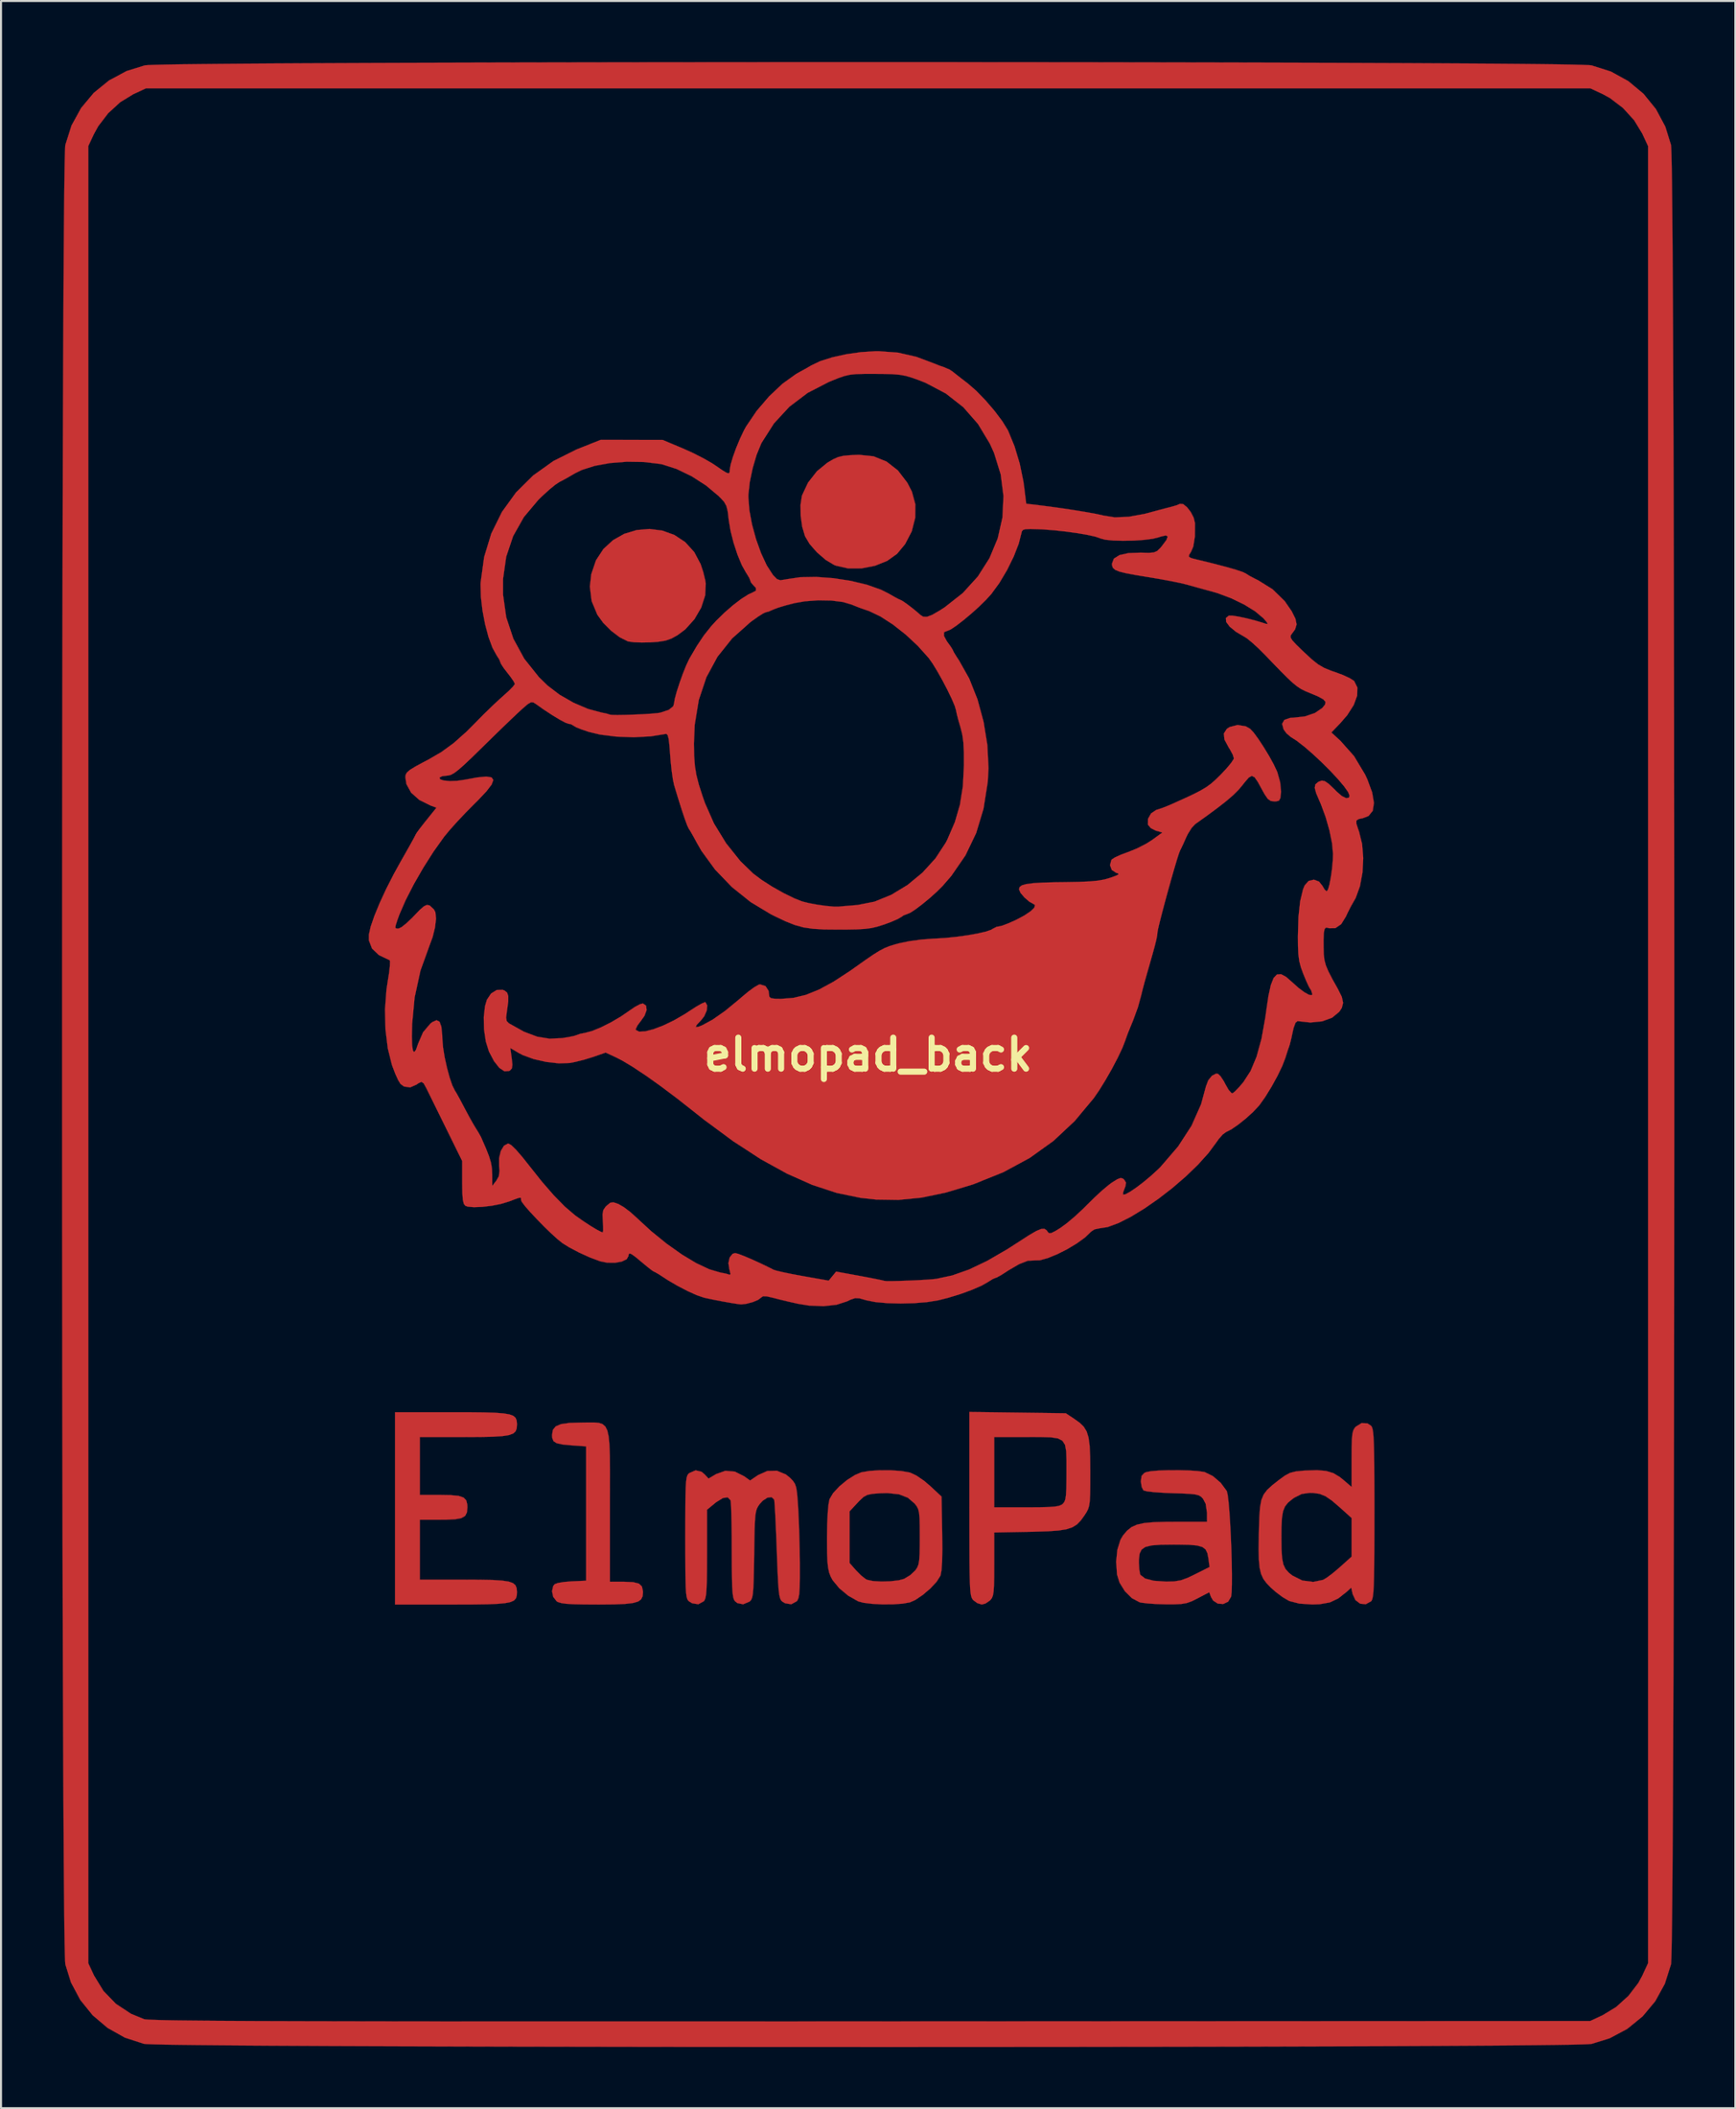
<source format=kicad_pcb>
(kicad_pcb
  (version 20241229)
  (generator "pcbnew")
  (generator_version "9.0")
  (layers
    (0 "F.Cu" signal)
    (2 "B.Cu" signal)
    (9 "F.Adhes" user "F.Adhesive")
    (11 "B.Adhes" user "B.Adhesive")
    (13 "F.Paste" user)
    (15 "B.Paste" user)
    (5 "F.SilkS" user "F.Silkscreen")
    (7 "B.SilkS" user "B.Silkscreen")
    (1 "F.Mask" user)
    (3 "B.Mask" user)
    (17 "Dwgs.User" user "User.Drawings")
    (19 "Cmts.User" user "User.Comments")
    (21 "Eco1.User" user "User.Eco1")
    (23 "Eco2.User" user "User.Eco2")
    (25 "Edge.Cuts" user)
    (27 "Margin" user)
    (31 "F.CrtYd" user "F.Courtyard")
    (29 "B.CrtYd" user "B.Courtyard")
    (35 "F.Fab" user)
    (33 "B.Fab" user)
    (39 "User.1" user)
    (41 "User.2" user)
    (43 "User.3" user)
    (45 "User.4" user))
  (footprint "elmopad_back"
    (layer "F.Cu")
    (at 39.643 48.787)
    (property "Reference" "elmopad_back" (at 0 0 0) (layer "F.SilkS") (effects (font (size 1.524 1.524) (thickness 0.3))))
    (attr through_hole)
    (fp_poly (pts (xy 0.263 -29.409) (xy 0.903 -29.15) (xy 1.461 -28.715) (xy 1.924 -28.111) (xy 2.149 -27.675) (xy 2.318 -27.052) (xy 2.312 -26.386) (xy 2.141 -25.718) (xy 1.815 -25.091) (xy 1.421 -24.617) (xy 0.937 -24.271) (xy 0.334 -24.029) (xy -0.328 -23.901) (xy -0.987 -23.9) (xy -1.584 -24.034) (xy -1.68 -24.073) (xy -2.098 -24.325) (xy -2.518 -24.688) (xy -2.877 -25.097) (xy -3.105 -25.481) (xy -3.244 -25.947) (xy -3.319 -26.49) (xy -3.326 -27.023) (xy -3.259 -27.463) (xy -3.25 -27.492) (xy -2.955 -28.117) (xy -2.519 -28.675) (xy -2.012 -29.09) (xy -1.726 -29.259) (xy -1.487 -29.367) (xy -1.231 -29.43) (xy -0.896 -29.463) (xy -0.446 -29.482) (xy 0.263 -29.409)) (stroke (width 0.01) (type solid)) (fill yes) (layer "F.Cu"))
    (fp_poly (pts (xy -10.128 -25.758) (xy -9.534 -25.545) (xy -9 -25.193) (xy -8.554 -24.702) (xy -8.242 -24.116) (xy -8.112 -23.723) (xy -8.014 -23.321) (xy -7.988 -23.159) (xy -8.016 -22.577) (xy -8.21 -21.975) (xy -8.544 -21.402) (xy -8.992 -20.904) (xy -9.378 -20.616) (xy -9.677 -20.451) (xy -9.965 -20.35) (xy -10.316 -20.293) (xy -10.704 -20.265) (xy -11.134 -20.256) (xy -11.52 -20.271) (xy -11.788 -20.307) (xy -11.82 -20.316) (xy -12.215 -20.512) (xy -12.639 -20.834) (xy -13.029 -21.224) (xy -13.317 -21.621) (xy -13.599 -22.296) (xy -13.685 -23.006) (xy -13.615 -23.619) (xy -13.385 -24.296) (xy -13.019 -24.853) (xy -12.545 -25.289) (xy -11.991 -25.6) (xy -11.384 -25.783) (xy -10.754 -25.837) (xy -10.128 -25.758)) (stroke (width 0.01) (type solid)) (fill yes) (layer "F.Cu"))
    (fp_poly (pts (xy -13.237 18.101) (xy -13.058 18.162) (xy -12.924 18.281) (xy -12.827 18.477) (xy -12.763 18.768) (xy -12.724 19.173) (xy -12.704 19.708) (xy -12.698 20.393) (xy -12.699 21.247) (xy -12.7 22.2) (xy -12.7 25.908) (xy -12.009 25.908) (xy -11.559 25.928) (xy -11.276 25.999) (xy -11.126 26.141) (xy -11.076 26.373) (xy -11.074 26.431) (xy -11.093 26.626) (xy -11.167 26.774) (xy -11.318 26.881) (xy -11.572 26.953) (xy -11.954 26.997) (xy -12.486 27.019) (xy -13.194 27.026) (xy -13.31 27.026) (xy -13.985 27.022) (xy -14.487 27.011) (xy -14.846 26.99) (xy -15.089 26.956) (xy -15.249 26.907) (xy -15.319 26.867) (xy -15.487 26.652) (xy -15.546 26.372) (xy -15.486 26.115) (xy -15.414 26.027) (xy -15.251 25.968) (xy -14.95 25.918) (xy -14.576 25.888) (xy -14.575 25.888) (xy -13.868 25.857) (xy -13.868 19.253) (xy -14.58 19.202) (xy -15.032 19.16) (xy -15.318 19.097) (xy -15.474 18.996) (xy -15.537 18.835) (xy -15.545 18.694) (xy -15.505 18.446) (xy -15.367 18.272) (xy -15.105 18.161) (xy -14.695 18.102) (xy -14.11 18.085) (xy -14.1 18.085) (xy -13.751 18.08) (xy -13.466 18.08) (xy -13.237 18.101)) (stroke (width 0.01) (type solid)) (fill yes) (layer "F.Cu"))
    (fp_poly (pts (xy -19.601 17.578) (xy -18.889 17.586) (xy -18.339 17.604) (xy -17.93 17.635) (xy -17.641 17.684) (xy -17.451 17.754) (xy -17.341 17.851) (xy -17.288 17.976) (xy -17.272 18.135) (xy -17.272 18.186) (xy -17.285 18.373) (xy -17.341 18.517) (xy -17.461 18.624) (xy -17.67 18.7) (xy -17.989 18.75) (xy -18.441 18.779) (xy -19.049 18.792) (xy -19.837 18.796) (xy -19.885 18.796) (xy -22.047 18.796) (xy -22.047 21.641) (xy -21.075 21.641) (xy -20.521 21.651) (xy -20.138 21.689) (xy -19.897 21.77) (xy -19.766 21.907) (xy -19.715 22.113) (xy -19.71 22.25) (xy -19.732 22.498) (xy -19.818 22.669) (xy -19.999 22.777) (xy -20.306 22.835) (xy -20.769 22.858) (xy -21.075 22.86) (xy -22.047 22.86) (xy -22.047 25.806) (xy -19.885 25.806) (xy -19.087 25.81) (xy -18.47 25.822) (xy -18.01 25.851) (xy -17.684 25.899) (xy -17.47 25.974) (xy -17.346 26.079) (xy -17.287 26.221) (xy -17.272 26.405) (xy -17.272 26.416) (xy -17.281 26.585) (xy -17.321 26.72) (xy -17.413 26.824) (xy -17.579 26.901) (xy -17.838 26.956) (xy -18.211 26.992) (xy -18.719 27.013) (xy -19.384 27.023) (xy -20.225 27.026) (xy -20.495 27.026) (xy -23.266 27.026) (xy -23.266 17.577) (xy -20.495 17.577) (xy -19.601 17.578)) (stroke (width 0.01) (type solid)) (fill yes) (layer "F.Cu"))
    (fp_poly (pts (xy 7.348 17.595) (xy 9.718 17.628) (xy 10.14 17.907) (xy 10.405 18.097) (xy 10.603 18.291) (xy 10.743 18.52) (xy 10.836 18.818) (xy 10.89 19.216) (xy 10.915 19.749) (xy 10.922 20.449) (xy 10.922 20.531) (xy 10.921 21.152) (xy 10.915 21.607) (xy 10.899 21.931) (xy 10.868 22.16) (xy 10.818 22.331) (xy 10.743 22.48) (xy 10.643 22.636) (xy 10.457 22.895) (xy 10.268 23.09) (xy 10.042 23.231) (xy 9.749 23.328) (xy 9.357 23.39) (xy 8.833 23.427) (xy 8.145 23.448) (xy 7.95 23.452) (xy 6.198 23.486) (xy 6.198 25.053) (xy 6.196 25.656) (xy 6.187 26.089) (xy 6.168 26.388) (xy 6.134 26.584) (xy 6.082 26.714) (xy 6.007 26.809) (xy 5.994 26.822) (xy 5.773 26.975) (xy 5.588 27.026) (xy 5.367 26.957) (xy 5.182 26.822) (xy 5.133 26.768) (xy 5.093 26.698) (xy 5.061 26.593) (xy 5.035 26.437) (xy 5.015 26.209) (xy 5.001 25.892) (xy 4.991 25.468) (xy 4.984 24.917) (xy 4.981 24.222) (xy 4.979 23.365) (xy 4.978 22.327) (xy 4.978 22.091) (xy 4.978 18.796) (xy 6.198 18.796) (xy 6.198 22.25) (xy 7.79 22.25) (xy 8.413 22.247) (xy 8.865 22.236) (xy 9.177 22.214) (xy 9.383 22.177) (xy 9.513 22.123) (xy 9.568 22.082) (xy 9.644 21.991) (xy 9.696 21.855) (xy 9.729 21.638) (xy 9.746 21.306) (xy 9.753 20.822) (xy 9.754 20.541) (xy 9.754 19.937) (xy 9.739 19.491) (xy 9.681 19.179) (xy 9.553 18.977) (xy 9.33 18.862) (xy 8.984 18.809) (xy 8.488 18.795) (xy 7.816 18.796) (xy 7.807 18.796) (xy 6.198 18.796) (xy 4.978 18.796) (xy 4.978 17.563) (xy 7.348 17.595)) (stroke (width 0.01) (type solid)) (fill yes) (layer "F.Cu"))
    (fp_poly (pts (xy 1.121 20.431) (xy 1.636 20.467) (xy 2.035 20.537) (xy 2.064 20.545) (xy 2.377 20.692) (xy 2.752 20.949) (xy 3.041 21.194) (xy 3.607 21.721) (xy 3.639 23.523) (xy 3.646 24.319) (xy 3.635 24.923) (xy 3.606 25.345) (xy 3.558 25.597) (xy 3.549 25.619) (xy 3.363 25.91) (xy 3.056 26.239) (xy 2.687 26.554) (xy 2.318 26.802) (xy 2.049 26.921) (xy 1.69 26.984) (xy 1.219 27.016) (xy 0.701 27.019) (xy 0.198 26.993) (xy -0.226 26.941) (xy -0.492 26.87) (xy -0.979 26.594) (xy -1.418 26.229) (xy -1.747 25.83) (xy -1.84 25.66) (xy -1.916 25.461) (xy -1.968 25.226) (xy -2.002 24.918) (xy -2.019 24.496) (xy -2.024 23.921) (xy -2.024 23.724) (xy -2.014 23.081) (xy -1.988 22.531) (xy -1.981 22.446) (xy -0.914 22.446) (xy -0.914 24.987) (xy -0.59 25.356) (xy -0.352 25.596) (xy -0.13 25.771) (xy -0.056 25.811) (xy 0.237 25.874) (xy 0.648 25.898) (xy 1.099 25.885) (xy 1.507 25.837) (xy 1.764 25.768) (xy 2.068 25.585) (xy 2.32 25.348) (xy 2.41 25.216) (xy 2.472 25.066) (xy 2.51 24.858) (xy 2.531 24.552) (xy 2.539 24.109) (xy 2.54 23.718) (xy 2.538 23.167) (xy 2.528 22.78) (xy 2.504 22.517) (xy 2.46 22.336) (xy 2.39 22.199) (xy 2.286 22.066) (xy 2.283 22.062) (xy 1.95 21.777) (xy 1.517 21.609) (xy 0.95 21.549) (xy 0.589 21.558) (xy 0.207 21.586) (xy -0.043 21.638) (xy -0.232 21.742) (xy -0.432 21.929) (xy -0.519 22.022) (xy -0.914 22.446) (xy -1.981 22.446) (xy -1.95 22.11) (xy -1.901 21.854) (xy -1.899 21.849) (xy -1.723 21.551) (xy -1.417 21.222) (xy -1.037 20.907) (xy -0.64 20.657) (xy -0.333 20.529) (xy 0.059 20.462) (xy 0.57 20.429) (xy 1.121 20.431)) (stroke (width 0.01) (type solid)) (fill yes) (layer "F.Cu"))
    (fp_poly (pts (xy 24.551 18.123) (xy 24.732 18.244) (xy 24.772 18.304) (xy 24.805 18.408) (xy 24.832 18.575) (xy 24.852 18.823) (xy 24.868 19.171) (xy 24.879 19.637) (xy 24.886 20.24) (xy 24.89 20.999) (xy 24.892 21.932) (xy 24.892 22.555) (xy 24.891 23.596) (xy 24.889 24.453) (xy 24.883 25.144) (xy 24.874 25.686) (xy 24.862 26.1) (xy 24.844 26.404) (xy 24.821 26.615) (xy 24.792 26.753) (xy 24.756 26.836) (xy 24.732 26.866) (xy 24.47 27.011) (xy 24.196 26.985) (xy 23.962 26.808) (xy 23.824 26.51) (xy 23.755 26.196) (xy 23.536 26.397) (xy 23.116 26.729) (xy 22.698 26.924) (xy 22.206 27.011) (xy 21.844 27.023) (xy 21.204 26.981) (xy 20.725 26.858) (xy 20.676 26.836) (xy 20.378 26.661) (xy 20.032 26.401) (xy 19.795 26.19) (xy 19.586 25.972) (xy 19.43 25.76) (xy 19.321 25.519) (xy 19.251 25.218) (xy 19.214 24.824) (xy 19.203 24.303) (xy 19.211 23.724) (xy 20.32 23.724) (xy 20.327 24.317) (xy 20.355 24.748) (xy 20.416 25.055) (xy 20.522 25.28) (xy 20.683 25.462) (xy 20.861 25.604) (xy 21.349 25.847) (xy 21.883 25.916) (xy 22.371 25.816) (xy 22.559 25.704) (xy 22.839 25.495) (xy 23.152 25.232) (xy 23.19 25.198) (xy 23.774 24.673) (xy 23.774 22.775) (xy 23.19 22.249) (xy 22.797 21.914) (xy 22.486 21.702) (xy 22.199 21.587) (xy 21.882 21.543) (xy 21.705 21.539) (xy 21.32 21.593) (xy 20.954 21.777) (xy 20.861 21.843) (xy 20.646 22.02) (xy 20.497 22.207) (xy 20.401 22.445) (xy 20.347 22.774) (xy 20.324 23.234) (xy 20.32 23.724) (xy 19.211 23.724) (xy 19.212 23.623) (xy 19.218 23.354) (xy 19.238 22.719) (xy 19.272 22.247) (xy 19.336 21.896) (xy 19.446 21.626) (xy 19.62 21.395) (xy 19.872 21.163) (xy 20.179 20.921) (xy 20.49 20.694) (xy 20.741 20.559) (xy 21.016 20.488) (xy 21.396 20.45) (xy 21.484 20.444) (xy 22.075 20.425) (xy 22.521 20.463) (xy 22.877 20.571) (xy 23.196 20.763) (xy 23.351 20.888) (xy 23.774 21.25) (xy 23.774 19.871) (xy 23.777 19.308) (xy 23.788 18.912) (xy 23.812 18.645) (xy 23.855 18.471) (xy 23.919 18.354) (xy 23.978 18.288) (xy 24.263 18.111) (xy 24.551 18.123)) (stroke (width 0.01) (type solid)) (fill yes) (layer "F.Cu"))
    (fp_poly (pts (xy 15.775 20.439) (xy 16.205 20.467) (xy 16.51 20.51) (xy 16.554 20.521) (xy 16.954 20.718) (xy 17.336 21.045) (xy 17.626 21.437) (xy 17.636 21.456) (xy 17.678 21.633) (xy 17.721 21.977) (xy 17.762 22.452) (xy 17.799 23.022) (xy 17.832 23.652) (xy 17.858 24.304) (xy 17.877 24.943) (xy 17.887 25.532) (xy 17.886 26.036) (xy 17.873 26.419) (xy 17.846 26.645) (xy 17.846 26.645) (xy 17.701 26.887) (xy 17.463 27) (xy 17.196 26.982) (xy 16.964 26.831) (xy 16.864 26.665) (xy 16.772 26.423) (xy 16.199 26.724) (xy 15.91 26.867) (xy 15.662 26.955) (xy 15.389 27.001) (xy 15.028 27.017) (xy 14.645 27.016) (xy 14.18 27.003) (xy 13.757 26.974) (xy 13.441 26.936) (xy 13.347 26.915) (xy 12.969 26.715) (xy 12.625 26.373) (xy 12.362 25.95) (xy 12.237 25.55) (xy 12.199 24.968) (xy 13.311 24.968) (xy 13.328 25.281) (xy 13.367 25.515) (xy 13.39 25.573) (xy 13.621 25.751) (xy 14.042 25.86) (xy 14.654 25.902) (xy 14.658 25.902) (xy 15.054 25.891) (xy 15.374 25.837) (xy 15.706 25.718) (xy 16.068 25.545) (xy 16.789 25.182) (xy 16.732 24.761) (xy 16.683 24.505) (xy 16.595 24.322) (xy 16.437 24.2) (xy 16.179 24.127) (xy 15.789 24.091) (xy 15.236 24.08) (xy 15.017 24.079) (xy 14.389 24.087) (xy 13.936 24.122) (xy 13.63 24.197) (xy 13.443 24.328) (xy 13.347 24.528) (xy 13.313 24.814) (xy 13.311 24.968) (xy 12.199 24.968) (xy 12.195 24.919) (xy 12.255 24.332) (xy 12.407 23.845) (xy 12.535 23.629) (xy 12.735 23.396) (xy 12.951 23.223) (xy 13.217 23.103) (xy 13.565 23.025) (xy 14.031 22.982) (xy 14.646 22.964) (xy 15.078 22.962) (xy 16.662 22.962) (xy 16.662 22.516) (xy 16.598 22.077) (xy 16.468 21.83) (xy 16.376 21.731) (xy 16.262 21.662) (xy 16.089 21.616) (xy 15.819 21.587) (xy 15.414 21.568) (xy 14.97 21.554) (xy 14.467 21.533) (xy 14.034 21.501) (xy 13.712 21.462) (xy 13.546 21.42) (xy 13.538 21.415) (xy 13.451 21.249) (xy 13.411 20.986) (xy 13.411 20.965) (xy 13.445 20.705) (xy 13.578 20.563) (xy 13.672 20.521) (xy 13.905 20.475) (xy 14.286 20.443) (xy 14.761 20.427) (xy 15.276 20.426) (xy 15.775 20.439)) (stroke (width 0.01) (type solid)) (fill yes) (layer "F.Cu"))
    (fp_poly (pts (xy -8.198 20.5) (xy -8.044 20.629) (xy -7.85 20.837) (xy -7.477 20.617) (xy -7.022 20.455) (xy -6.555 20.495) (xy -6.102 20.722) (xy -5.806 20.933) (xy -5.417 20.668) (xy -4.957 20.463) (xy -4.488 20.452) (xy -4.046 20.635) (xy -3.828 20.814) (xy -3.694 20.957) (xy -3.602 21.097) (xy -3.54 21.277) (xy -3.499 21.54) (xy -3.466 21.932) (xy -3.441 22.324) (xy -3.414 22.882) (xy -3.39 23.565) (xy -3.371 24.293) (xy -3.361 24.986) (xy -3.361 25.113) (xy -3.361 25.738) (xy -3.37 26.191) (xy -3.391 26.503) (xy -3.427 26.704) (xy -3.48 26.826) (xy -3.512 26.866) (xy -3.782 27.013) (xy -4.085 26.964) (xy -4.217 26.885) (xy -4.279 26.825) (xy -4.328 26.728) (xy -4.367 26.568) (xy -4.399 26.321) (xy -4.426 25.961) (xy -4.451 25.462) (xy -4.478 24.799) (xy -4.493 24.371) (xy -4.519 23.692) (xy -4.546 23.077) (xy -4.571 22.558) (xy -4.594 22.164) (xy -4.614 21.925) (xy -4.622 21.869) (xy -4.748 21.75) (xy -4.952 21.773) (xy -5.186 21.925) (xy -5.323 22.074) (xy -5.407 22.19) (xy -5.47 22.308) (xy -5.516 22.457) (xy -5.549 22.666) (xy -5.571 22.965) (xy -5.587 23.384) (xy -5.598 23.951) (xy -5.607 24.572) (xy -5.619 25.292) (xy -5.632 25.836) (xy -5.649 26.231) (xy -5.672 26.504) (xy -5.705 26.682) (xy -5.75 26.792) (xy -5.81 26.861) (xy -5.836 26.882) (xy -6.148 27.015) (xy -6.435 26.954) (xy -6.546 26.866) (xy -6.598 26.788) (xy -6.638 26.655) (xy -6.667 26.441) (xy -6.687 26.123) (xy -6.698 25.674) (xy -6.704 25.069) (xy -6.706 24.385) (xy -6.708 23.711) (xy -6.716 23.1) (xy -6.727 22.582) (xy -6.741 22.19) (xy -6.758 21.954) (xy -6.767 21.903) (xy -6.906 21.76) (xy -7.143 21.792) (xy -7.475 21.998) (xy -7.546 22.055) (xy -7.925 22.367) (xy -7.925 24.537) (xy -7.927 25.273) (xy -7.934 25.832) (xy -7.948 26.241) (xy -7.971 26.524) (xy -8.004 26.709) (xy -8.05 26.822) (xy -8.084 26.866) (xy -8.353 27.013) (xy -8.657 26.964) (xy -8.794 26.881) (xy -8.851 26.831) (xy -8.895 26.757) (xy -8.929 26.636) (xy -8.954 26.446) (xy -8.972 26.165) (xy -8.982 25.769) (xy -8.988 25.237) (xy -8.991 24.546) (xy -8.992 23.724) (xy -8.991 22.861) (xy -8.988 22.178) (xy -8.982 21.654) (xy -8.971 21.265) (xy -8.953 20.989) (xy -8.928 20.803) (xy -8.893 20.686) (xy -8.848 20.613) (xy -8.794 20.566) (xy -8.485 20.432) (xy -8.198 20.5)) (stroke (width 0.01) (type solid)) (fill yes) (layer "F.Cu"))
    (fp_poly (pts (xy 1.35 -48.782) (xy 3.69 -48.781) (xy 6.016 -48.78) (xy 8.319 -48.778) (xy 10.589 -48.776) (xy 12.818 -48.772) (xy 14.996 -48.768) (xy 17.114 -48.764) (xy 19.164 -48.759) (xy 21.136 -48.753) (xy 23.022 -48.747) (xy 24.811 -48.739) (xy 26.496 -48.732) (xy 28.067 -48.723) (xy 29.514 -48.714) (xy 30.83 -48.705) (xy 32.005 -48.695) (xy 33.029 -48.684) (xy 33.894 -48.672) (xy 34.591 -48.66) (xy 35.11 -48.647) (xy 35.443 -48.634) (xy 35.572 -48.622) (xy 36.524 -48.32) (xy 37.381 -47.849) (xy 38.127 -47.227) (xy 38.739 -46.474) (xy 39.201 -45.61) (xy 39.478 -44.716) (xy 39.49 -44.556) (xy 39.502 -44.201) (xy 39.514 -43.658) (xy 39.525 -42.937) (xy 39.535 -42.044) (xy 39.545 -40.989) (xy 39.555 -39.778) (xy 39.563 -38.421) (xy 39.572 -36.925) (xy 39.58 -35.298) (xy 39.587 -33.548) (xy 39.594 -31.684) (xy 39.601 -29.713) (xy 39.607 -27.643) (xy 39.612 -25.483) (xy 39.617 -23.24) (xy 39.621 -20.923) (xy 39.625 -18.539) (xy 39.629 -16.097) (xy 39.631 -13.605) (xy 39.634 -11.07) (xy 39.636 -8.501) (xy 39.637 -5.906) (xy 39.638 -3.293) (xy 39.638 -0.67) (xy 39.638 1.955) (xy 39.638 4.575) (xy 39.636 7.18) (xy 39.635 9.763) (xy 39.633 12.316) (xy 39.63 14.831) (xy 39.627 17.3) (xy 39.623 19.714) (xy 39.619 22.066) (xy 39.614 24.348) (xy 39.609 26.551) (xy 39.604 28.668) (xy 39.598 30.691) (xy 39.591 32.61) (xy 39.584 34.42) (xy 39.576 36.11) (xy 39.568 37.674) (xy 39.559 39.103) (xy 39.55 40.39) (xy 39.54 41.525) (xy 39.53 42.502) (xy 39.519 43.312) (xy 39.508 43.947) (xy 39.496 44.399) (xy 39.484 44.66) (xy 39.478 44.716) (xy 39.176 45.668) (xy 38.705 46.525) (xy 38.083 47.271) (xy 37.33 47.883) (xy 36.466 48.345) (xy 35.572 48.622) (xy 35.407 48.635) (xy 35.048 48.648) (xy 34.504 48.66) (xy 33.783 48.672) (xy 32.896 48.683) (xy 31.851 48.693) (xy 30.657 48.703) (xy 29.323 48.712) (xy 27.859 48.721) (xy 26.273 48.729) (xy 24.574 48.736) (xy 22.771 48.742) (xy 20.874 48.748) (xy 18.892 48.754) (xy 16.833 48.759) (xy 14.706 48.763) (xy 12.521 48.766) (xy 10.287 48.769) (xy 8.013 48.771) (xy 5.707 48.773) (xy 3.379 48.774) (xy 1.038 48.775) (xy -1.307 48.774) (xy -3.647 48.774) (xy -5.973 48.772) (xy -8.276 48.77) (xy -10.547 48.768) (xy -12.777 48.764) (xy -14.957 48.76) (xy -17.077 48.756) (xy -19.129 48.751) (xy -21.104 48.745) (xy -22.993 48.739) (xy -24.786 48.732) (xy -26.474 48.725) (xy -28.05 48.716) (xy -29.502 48.708) (xy -30.823 48.698) (xy -32.003 48.688) (xy -33.034 48.678) (xy -33.906 48.667) (xy -34.61 48.655) (xy -35.137 48.643) (xy -35.478 48.63) (xy -35.62 48.617) (xy -36.553 48.314) (xy -37.399 47.839) (xy -38.136 47.215) (xy -38.744 46.462) (xy -39.203 45.601) (xy -39.478 44.716) (xy -39.49 44.556) (xy -39.502 44.201) (xy -39.514 43.658) (xy -39.525 42.937) (xy -39.535 42.044) (xy -39.545 40.989) (xy -39.555 39.778) (xy -39.563 38.421) (xy -39.572 36.925) (xy -39.58 35.298) (xy -39.587 33.548) (xy -39.594 31.684) (xy -39.601 29.713) (xy -39.607 27.643) (xy -39.612 25.483) (xy -39.617 23.24) (xy -39.621 20.923) (xy -39.625 18.539) (xy -39.629 16.097) (xy -39.631 13.605) (xy -39.634 11.07) (xy -39.636 8.501) (xy -39.637 5.906) (xy -39.638 3.293) (xy -39.638 0.67) (xy -39.638 -1.955) (xy -39.638 -4.575) (xy -39.636 -7.18) (xy -39.635 -9.763) (xy -39.633 -12.316) (xy -39.63 -14.831) (xy -39.627 -17.3) (xy -39.623 -19.714) (xy -39.619 -22.066) (xy -39.614 -24.348) (xy -39.609 -26.551) (xy -39.604 -28.668) (xy -39.598 -30.691) (xy -39.591 -32.61) (xy -39.584 -34.42) (xy -39.576 -36.11) (xy -39.568 -37.674) (xy -39.559 -39.103) (xy -39.55 -40.39) (xy -39.54 -41.525) (xy -39.53 -42.502) (xy -39.519 -43.312) (xy -39.508 -43.947) (xy -39.496 -44.399) (xy -39.485 -44.653) (xy -38.354 -44.653) (xy -38.354 44.653) (xy -38.07 45.263) (xy -37.606 46.021) (xy -36.992 46.655) (xy -36.25 47.144) (xy -35.611 47.407) (xy -35.539 47.419) (xy -35.397 47.43) (xy -35.179 47.44) (xy -34.88 47.45) (xy -34.495 47.459) (xy -34.018 47.468) (xy -33.443 47.475) (xy -32.765 47.482) (xy -31.978 47.489) (xy -31.077 47.494) (xy -30.056 47.5) (xy -28.91 47.504) (xy -27.633 47.508) (xy -26.219 47.511) (xy -24.664 47.514) (xy -22.961 47.517) (xy -21.105 47.519) (xy -19.091 47.52) (xy -16.912 47.521) (xy -14.564 47.521) (xy -12.041 47.521) (xy -9.338 47.521) (xy -6.448 47.52) (xy -3.366 47.519) (xy -0.087 47.517) (xy 0.152 47.517) (xy 35.509 47.498) (xy 36.119 47.214) (xy 36.785 46.808) (xy 37.389 46.261) (xy 37.875 45.628) (xy 38.067 45.273) (xy 38.354 44.653) (xy 38.354 -44.653) (xy 38.067 -45.273) (xy 37.667 -45.929) (xy 37.12 -46.529) (xy 36.48 -47.017) (xy 36.119 -47.214) (xy 35.509 -47.498) (xy -35.509 -47.498) (xy -36.141 -47.206) (xy -36.782 -46.814) (xy -37.374 -46.272) (xy -37.863 -45.634) (xy -38.08 -45.238) (xy -38.354 -44.653) (xy -39.485 -44.653) (xy -39.484 -44.66) (xy -39.478 -44.716) (xy -39.176 -45.668) (xy -38.705 -46.525) (xy -38.083 -47.271) (xy -37.33 -47.883) (xy -36.466 -48.345) (xy -35.572 -48.622) (xy -35.405 -48.636) (xy -35.043 -48.649) (xy -34.496 -48.662) (xy -33.774 -48.674) (xy -32.884 -48.685) (xy -31.836 -48.696) (xy -30.64 -48.706) (xy -29.304 -48.716) (xy -27.837 -48.725) (xy -26.248 -48.733) (xy -24.547 -48.741) (xy -22.742 -48.748) (xy -20.843 -48.754) (xy -18.858 -48.76) (xy -16.798 -48.765) (xy -14.669 -48.769) (xy -12.483 -48.773) (xy -10.248 -48.776) (xy -7.972 -48.778) (xy -5.665 -48.78) (xy -3.337 -48.782) (xy -0.995 -48.782) (xy 1.35 -48.782)) (stroke (width 0.01) (type solid)) (fill yes) (layer "F.Cu"))
    (fp_poly (pts (xy 18.566 -16.138) (xy 18.783 -16.016) (xy 18.957 -15.829) (xy 19.191 -15.51) (xy 19.454 -15.11) (xy 19.715 -14.68) (xy 19.941 -14.269) (xy 20.102 -13.928) (xy 20.122 -13.877) (xy 20.258 -13.393) (xy 20.303 -12.947) (xy 20.301 -12.881) (xy 20.269 -12.608) (xy 20.199 -12.482) (xy 20.049 -12.447) (xy 19.975 -12.446) (xy 19.795 -12.471) (xy 19.65 -12.575) (xy 19.496 -12.798) (xy 19.381 -13.005) (xy 19.162 -13.405) (xy 19.002 -13.634) (xy 18.865 -13.702) (xy 18.716 -13.618) (xy 18.519 -13.391) (xy 18.413 -13.255) (xy 18.21 -13.014) (xy 17.959 -12.764) (xy 17.634 -12.483) (xy 17.211 -12.151) (xy 16.664 -11.747) (xy 16.079 -11.329) (xy 15.904 -11.141) (xy 15.72 -10.847) (xy 15.643 -10.689) (xy 15.504 -10.376) (xy 15.383 -10.12) (xy 15.34 -10.038) (xy 15.278 -9.877) (xy 15.177 -9.56) (xy 15.047 -9.124) (xy 14.899 -8.609) (xy 14.743 -8.053) (xy 14.591 -7.494) (xy 14.452 -6.971) (xy 14.338 -6.523) (xy 14.258 -6.188) (xy 14.224 -6.004) (xy 14.224 -5.993) (xy 14.211 -5.857) (xy 14.169 -5.645) (xy 14.091 -5.33) (xy 13.968 -4.884) (xy 13.796 -4.281) (xy 13.718 -4.013) (xy 13.599 -3.59) (xy 13.49 -3.182) (xy 13.42 -2.896) (xy 13.264 -2.327) (xy 13.028 -1.682) (xy 12.9 -1.372) (xy 12.77 -1.051) (xy 12.666 -0.765) (xy 12.649 -0.711) (xy 12.506 -0.342) (xy 12.277 0.142) (xy 11.991 0.688) (xy 11.675 1.242) (xy 11.36 1.752) (xy 11.097 2.134) (xy 10.153 3.266) (xy 9.109 4.242) (xy 7.948 5.074) (xy 6.651 5.776) (xy 5.198 6.361) (xy 5.11 6.391) (xy 3.817 6.78) (xy 2.625 7.028) (xy 1.492 7.14) (xy 0.377 7.122) (xy -0.373 7.039) (xy -1.543 6.798) (xy -2.743 6.404) (xy -3.987 5.852) (xy -5.283 5.137) (xy -6.643 4.252) (xy -8.079 3.192) (xy -8.585 2.791) (xy -9.404 2.147) (xy -10.189 1.558) (xy -10.914 1.041) (xy -11.556 0.614) (xy -12.089 0.294) (xy -12.373 0.147) (xy -12.909 -0.102) (xy -13.541 0.117) (xy -13.972 0.25) (xy -14.417 0.36) (xy -14.681 0.41) (xy -15.213 0.428) (xy -15.829 0.358) (xy -16.447 0.218) (xy -16.982 0.024) (xy -17.151 -0.064) (xy -17.599 -0.326) (xy -17.529 0.184) (xy -17.497 0.497) (xy -17.52 0.673) (xy -17.612 0.775) (xy -17.658 0.802) (xy -17.885 0.817) (xy -18.138 0.65) (xy -18.399 0.319) (xy -18.649 -0.156) (xy -18.803 -0.649) (xy -18.889 -1.234) (xy -18.903 -1.835) (xy -18.843 -2.378) (xy -18.75 -2.696) (xy -18.545 -3.003) (xy -18.269 -3.175) (xy -17.973 -3.185) (xy -17.875 -3.146) (xy -17.755 -3.047) (xy -17.699 -2.883) (xy -17.7 -2.614) (xy -17.756 -2.195) (xy -17.768 -2.121) (xy -17.804 -1.822) (xy -17.776 -1.651) (xy -17.669 -1.542) (xy -17.646 -1.528) (xy -16.927 -1.128) (xy -16.281 -0.883) (xy -15.666 -0.782) (xy -15.046 -0.812) (xy -14.702 -0.868) (xy -14.437 -0.926) (xy -14.326 -0.965) (xy -14.152 -1.026) (xy -13.925 -1.069) (xy -13.583 -1.159) (xy -13.135 -1.343) (xy -12.638 -1.593) (xy -12.149 -1.881) (xy -11.788 -2.129) (xy -11.486 -2.336) (xy -11.23 -2.475) (xy -11.077 -2.517) (xy -10.921 -2.406) (xy -10.896 -2.189) (xy -10.999 -1.909) (xy -11.171 -1.667) (xy -11.345 -1.437) (xy -11.429 -1.261) (xy -11.426 -1.213) (xy -11.261 -1.129) (xy -10.959 -1.145) (xy -10.552 -1.251) (xy -10.071 -1.435) (xy -9.55 -1.685) (xy -9.02 -1.991) (xy -8.791 -2.141) (xy -8.459 -2.356) (xy -8.19 -2.509) (xy -8.027 -2.577) (xy -8.003 -2.576) (xy -7.916 -2.417) (xy -7.941 -2.165) (xy -8.064 -1.885) (xy -8.229 -1.677) (xy -8.436 -1.459) (xy -8.478 -1.357) (xy -8.355 -1.367) (xy -8.167 -1.44) (xy -7.653 -1.718) (xy -7.042 -2.145) (xy -6.357 -2.707) (xy -6.237 -2.812) (xy -5.902 -3.092) (xy -5.603 -3.311) (xy -5.385 -3.436) (xy -5.317 -3.454) (xy -5.048 -3.368) (xy -4.897 -3.135) (xy -4.877 -2.977) (xy -4.86 -2.846) (xy -4.779 -2.776) (xy -4.585 -2.748) (xy -4.286 -2.743) (xy -3.677 -2.79) (xy -3.064 -2.937) (xy -2.415 -3.199) (xy -1.702 -3.587) (xy -0.895 -4.113) (xy -0.66 -4.279) (xy -0.143 -4.646) (xy 0.249 -4.914) (xy 0.555 -5.105) (xy 0.812 -5.239) (xy 1.06 -5.338) (xy 1.337 -5.423) (xy 1.524 -5.473) (xy 2.023 -5.576) (xy 2.616 -5.657) (xy 3.197 -5.701) (xy 3.251 -5.703) (xy 3.778 -5.733) (xy 4.338 -5.79) (xy 4.888 -5.866) (xy 5.386 -5.954) (xy 5.789 -6.048) (xy 6.053 -6.139) (xy 6.122 -6.183) (xy 6.321 -6.286) (xy 6.417 -6.299) (xy 6.594 -6.341) (xy 6.889 -6.452) (xy 7.24 -6.607) (xy 7.253 -6.613) (xy 7.675 -6.837) (xy 7.989 -7.047) (xy 8.172 -7.225) (xy 8.204 -7.351) (xy 8.15 -7.391) (xy 7.921 -7.521) (xy 7.682 -7.728) (xy 7.493 -7.951) (xy 7.417 -8.129) (xy 7.417 -8.129) (xy 7.449 -8.237) (xy 7.559 -8.321) (xy 7.769 -8.382) (xy 8.103 -8.426) (xy 8.582 -8.455) (xy 9.228 -8.473) (xy 9.703 -8.479) (xy 10.386 -8.492) (xy 10.906 -8.515) (xy 11.305 -8.553) (xy 11.621 -8.61) (xy 11.887 -8.686) (xy 12.187 -8.794) (xy 12.315 -8.862) (xy 12.292 -8.908) (xy 12.192 -8.938) (xy 11.98 -9.078) (xy 11.893 -9.312) (xy 11.957 -9.559) (xy 11.982 -9.594) (xy 12.13 -9.691) (xy 12.412 -9.82) (xy 12.768 -9.953) (xy 12.778 -9.956) (xy 13.222 -10.136) (xy 13.673 -10.367) (xy 13.964 -10.552) (xy 14.467 -10.918) (xy 14.145 -11.01) (xy 13.901 -11.132) (xy 13.76 -11.299) (xy 13.759 -11.304) (xy 13.762 -11.59) (xy 13.913 -11.857) (xy 14.163 -12.027) (xy 14.197 -12.037) (xy 14.45 -12.118) (xy 14.772 -12.245) (xy 14.87 -12.287) (xy 15.502 -12.571) (xy 15.981 -12.794) (xy 16.344 -12.979) (xy 16.624 -13.146) (xy 16.857 -13.315) (xy 17.077 -13.508) (xy 17.319 -13.745) (xy 17.333 -13.759) (xy 17.622 -14.065) (xy 17.845 -14.333) (xy 17.969 -14.52) (xy 17.983 -14.567) (xy 17.929 -14.743) (xy 17.793 -14.998) (xy 17.729 -15.097) (xy 17.522 -15.484) (xy 17.491 -15.784) (xy 17.637 -16.011) (xy 17.779 -16.103) (xy 18.169 -16.203) (xy 18.566 -16.138)) (stroke (width 0.01) (type solid)) (fill yes) (layer "F.Cu"))
    (fp_poly (pts (xy 1.466 -34.505) (xy 2.372 -34.298) (xy 3.2 -33.987) (xy 3.499 -33.868) (xy 3.745 -33.783) (xy 4.008 -33.668) (xy 4.151 -33.573) (xy 4.313 -33.444) (xy 4.58 -33.236) (xy 4.894 -32.994) (xy 4.903 -32.987) (xy 5.32 -32.623) (xy 5.771 -32.158) (xy 6.21 -31.647) (xy 6.589 -31.144) (xy 6.862 -30.705) (xy 6.889 -30.65) (xy 7.196 -29.904) (xy 7.453 -29.049) (xy 7.632 -28.178) (xy 7.666 -27.94) (xy 7.772 -27.077) (xy 8.382 -27.006) (xy 8.958 -26.933) (xy 9.571 -26.847) (xy 10.176 -26.756) (xy 10.728 -26.665) (xy 11.183 -26.583) (xy 11.496 -26.516) (xy 11.565 -26.498) (xy 12.124 -26.409) (xy 12.809 -26.436) (xy 13.581 -26.576) (xy 13.779 -26.627) (xy 14.202 -26.742) (xy 14.589 -26.844) (xy 14.867 -26.915) (xy 14.898 -26.923) (xy 15.158 -26.998) (xy 15.332 -27.071) (xy 15.486 -27.06) (xy 15.675 -26.911) (xy 15.862 -26.672) (xy 16.007 -26.393) (xy 16.071 -26.126) (xy 16.067 -25.468) (xy 15.988 -24.976) (xy 15.878 -24.719) (xy 15.78 -24.562) (xy 15.773 -24.469) (xy 15.89 -24.404) (xy 16.163 -24.334) (xy 16.256 -24.312) (xy 16.983 -24.134) (xy 17.602 -23.972) (xy 18.088 -23.832) (xy 18.421 -23.721) (xy 18.572 -23.648) (xy 18.736 -23.543) (xy 19.01 -23.397) (xy 19.181 -23.313) (xy 19.882 -22.877) (xy 20.48 -22.296) (xy 20.823 -21.801) (xy 21.011 -21.426) (xy 21.068 -21.146) (xy 20.994 -20.903) (xy 20.839 -20.691) (xy 20.776 -20.598) (xy 20.775 -20.5) (xy 20.856 -20.365) (xy 21.041 -20.163) (xy 21.351 -19.861) (xy 21.439 -19.777) (xy 21.822 -19.424) (xy 22.128 -19.181) (xy 22.42 -19.01) (xy 22.758 -18.871) (xy 22.962 -18.802) (xy 23.35 -18.658) (xy 23.679 -18.506) (xy 23.884 -18.376) (xy 23.901 -18.359) (xy 24.057 -18.045) (xy 24.047 -17.647) (xy 23.878 -17.186) (xy 23.557 -16.685) (xy 23.223 -16.299) (xy 22.779 -15.835) (xy 23.23 -15.419) (xy 23.892 -14.674) (xy 24.434 -13.772) (xy 24.548 -13.528) (xy 24.783 -12.889) (xy 24.871 -12.374) (xy 24.812 -11.986) (xy 24.607 -11.732) (xy 24.338 -11.627) (xy 24.114 -11.578) (xy 24.009 -11.504) (xy 24.008 -11.354) (xy 24.096 -11.08) (xy 24.14 -10.96) (xy 24.29 -10.351) (xy 24.345 -9.66) (xy 24.308 -8.949) (xy 24.184 -8.279) (xy 23.978 -7.71) (xy 23.866 -7.512) (xy 23.727 -7.269) (xy 23.563 -6.941) (xy 23.492 -6.786) (xy 23.26 -6.413) (xy 22.977 -6.219) (xy 22.664 -6.214) (xy 22.615 -6.231) (xy 22.51 -6.245) (xy 22.442 -6.169) (xy 22.406 -5.973) (xy 22.393 -5.626) (xy 22.395 -5.283) (xy 22.404 -4.936) (xy 22.436 -4.653) (xy 22.507 -4.387) (xy 22.633 -4.088) (xy 22.83 -3.708) (xy 23.097 -3.232) (xy 23.291 -2.841) (xy 23.355 -2.548) (xy 23.292 -2.298) (xy 23.167 -2.108) (xy 22.815 -1.817) (xy 22.327 -1.638) (xy 21.744 -1.58) (xy 21.116 -1.649) (xy 21.017 -1.572) (xy 20.921 -1.312) (xy 20.877 -1.118) (xy 20.804 -0.779) (xy 20.736 -0.509) (xy 20.703 -0.406) (xy 20.635 -0.215) (xy 20.543 0.072) (xy 20.519 0.152) (xy 20.365 0.552) (xy 20.125 1.05) (xy 19.834 1.579) (xy 19.529 2.076) (xy 19.245 2.474) (xy 19.209 2.519) (xy 18.926 2.819) (xy 18.572 3.14) (xy 18.198 3.439) (xy 17.858 3.673) (xy 17.605 3.801) (xy 17.44 3.919) (xy 17.237 4.149) (xy 17.136 4.293) (xy 16.734 4.836) (xy 16.22 5.407) (xy 15.62 5.986) (xy 14.963 6.552) (xy 14.276 7.084) (xy 13.586 7.562) (xy 12.922 7.967) (xy 12.31 8.277) (xy 11.779 8.473) (xy 11.388 8.534) (xy 11.128 8.588) (xy 10.965 8.696) (xy 10.67 8.98) (xy 10.265 9.275) (xy 9.795 9.558) (xy 9.305 9.806) (xy 8.84 9.996) (xy 8.444 10.107) (xy 8.164 10.114) (xy 7.852 10.13) (xy 7.422 10.297) (xy 6.885 10.611) (xy 6.807 10.663) (xy 6.538 10.835) (xy 6.334 10.948) (xy 6.264 10.972) (xy 6.129 11.027) (xy 5.918 11.158) (xy 5.901 11.17) (xy 5.571 11.357) (xy 5.095 11.563) (xy 4.53 11.769) (xy 3.929 11.953) (xy 3.454 12.072) (xy 2.912 12.161) (xy 2.273 12.214) (xy 1.596 12.231) (xy 0.938 12.214) (xy 0.357 12.161) (xy -0.087 12.074) (xy -0.123 12.063) (xy -0.427 11.977) (xy -0.641 11.968) (xy -0.868 12.043) (xy -1.038 12.125) (xy -1.551 12.291) (xy -2.191 12.362) (xy -2.903 12.333) (xy -3.454 12.244) (xy -3.907 12.142) (xy -4.377 12.029) (xy -4.651 11.958) (xy -4.983 11.881) (xy -5.171 11.875) (xy -5.261 11.938) (xy -5.411 12.052) (xy -5.683 12.164) (xy -5.997 12.247) (xy -6.248 12.274) (xy -6.426 12.254) (xy -6.742 12.204) (xy -7.137 12.134) (xy -7.55 12.055) (xy -7.922 11.978) (xy -8.077 11.943) (xy -8.423 11.825) (xy -8.875 11.622) (xy -9.372 11.364) (xy -9.853 11.082) (xy -10.038 10.962) (xy -10.295 10.795) (xy -10.479 10.689) (xy -10.53 10.668) (xy -10.629 10.607) (xy -10.837 10.446) (xy -11.109 10.22) (xy -11.12 10.211) (xy -11.441 9.944) (xy -11.64 9.802) (xy -11.745 9.771) (xy -11.783 9.84) (xy -11.786 9.895) (xy -11.877 10.055) (xy -12.116 10.17) (xy -12.452 10.23) (xy -12.832 10.226) (xy -13.185 10.154) (xy -13.681 9.969) (xy -14.218 9.726) (xy -14.712 9.466) (xy -15.037 9.262) (xy -15.281 9.065) (xy -15.592 8.783) (xy -15.937 8.449) (xy -16.284 8.095) (xy -16.602 7.755) (xy -16.86 7.462) (xy -17.025 7.247) (xy -17.069 7.155) (xy -17.069 7.066) (xy -17.098 7.028) (xy -17.198 7.045) (xy -17.415 7.123) (xy -17.678 7.223) (xy -18.065 7.339) (xy -18.517 7.427) (xy -18.977 7.481) (xy -19.389 7.497) (xy -19.696 7.469) (xy -19.812 7.426) (xy -19.885 7.33) (xy -19.931 7.138) (xy -19.956 6.815) (xy -19.964 6.326) (xy -19.964 6.275) (xy -19.964 5.227) (xy -20.764 3.604) (xy -21.035 3.053) (xy -21.286 2.543) (xy -21.499 2.111) (xy -21.655 1.795) (xy -21.726 1.651) (xy -21.858 1.413) (xy -21.966 1.337) (xy -22.112 1.402) (xy -22.206 1.47) (xy -22.522 1.609) (xy -22.827 1.566) (xy -22.999 1.437) (xy -23.113 1.252) (xy -23.257 0.935) (xy -23.403 0.552) (xy -23.422 0.497) (xy -23.623 -0.311) (xy -23.736 -1.24) (xy -23.759 -2.224) (xy -23.687 -3.199) (xy -23.624 -3.613) (xy -23.556 -4.036) (xy -23.519 -4.377) (xy -23.514 -4.592) (xy -23.533 -4.644) (xy -24.058 -4.891) (xy -24.399 -5.216) (xy -24.552 -5.617) (xy -24.552 -5.901) (xy -24.477 -6.233) (xy -23.251 -6.233) (xy -23.191 -6.199) (xy -23.091 -6.198) (xy -22.944 -6.268) (xy -22.707 -6.456) (xy -22.424 -6.724) (xy -22.337 -6.815) (xy -22.044 -7.119) (xy -21.846 -7.291) (xy -21.706 -7.357) (xy -21.589 -7.34) (xy -21.554 -7.323) (xy -21.358 -7.142) (xy -21.282 -7) (xy -21.251 -6.685) (xy -21.3 -6.256) (xy -21.418 -5.779) (xy -21.558 -5.401) (xy -22.016 -4.134) (xy -22.304 -2.811) (xy -22.426 -1.513) (xy -22.44 -0.901) (xy -22.427 -0.461) (xy -22.387 -0.2) (xy -22.324 -0.123) (xy -22.237 -0.237) (xy -22.135 -0.53) (xy -21.887 -1.103) (xy -21.525 -1.529) (xy -21.43 -1.602) (xy -21.224 -1.692) (xy -21.08 -1.621) (xy -20.989 -1.377) (xy -20.946 -0.949) (xy -20.94 -0.764) (xy -20.907 -0.362) (xy -20.828 0.124) (xy -20.716 0.636) (xy -20.585 1.118) (xy -20.449 1.514) (xy -20.322 1.769) (xy -20.315 1.778) (xy -20.233 1.912) (xy -20.088 2.175) (xy -19.907 2.516) (xy -19.868 2.591) (xy -19.662 2.979) (xy -19.463 3.336) (xy -19.312 3.591) (xy -19.301 3.607) (xy -19.147 3.857) (xy -19.039 4.053) (xy -19.034 4.064) (xy -18.8 4.599) (xy -18.643 5) (xy -18.548 5.316) (xy -18.502 5.595) (xy -18.489 5.88) (xy -18.487 6.452) (xy -18.288 6.198) (xy -18.161 5.975) (xy -18.129 5.708) (xy -18.149 5.477) (xy -18.149 5.083) (xy -18.063 4.732) (xy -17.91 4.478) (xy -17.712 4.37) (xy -17.692 4.369) (xy -17.548 4.45) (xy -17.309 4.683) (xy -16.995 5.046) (xy -16.747 5.359) (xy -16.063 6.22) (xy -15.458 6.917) (xy -14.917 7.468) (xy -14.424 7.889) (xy -14.362 7.935) (xy -14.018 8.178) (xy -13.667 8.408) (xy -13.355 8.596) (xy -13.13 8.713) (xy -13.051 8.738) (xy -13.031 8.646) (xy -13.033 8.411) (xy -13.047 8.19) (xy -13.062 7.851) (xy -13.023 7.638) (xy -12.913 7.476) (xy -12.857 7.422) (xy -12.685 7.282) (xy -12.531 7.258) (xy -12.298 7.336) (xy -12.271 7.348) (xy -12.013 7.497) (xy -11.693 7.74) (xy -11.421 7.985) (xy -10.675 8.672) (xy -9.913 9.291) (xy -9.163 9.822) (xy -8.453 10.249) (xy -7.811 10.551) (xy -7.265 10.712) (xy -7.244 10.715) (xy -6.981 10.767) (xy -6.81 10.82) (xy -6.799 10.825) (xy -6.771 10.78) (xy -6.811 10.601) (xy -6.824 10.562) (xy -6.872 10.247) (xy -6.811 9.969) (xy -6.664 9.789) (xy -6.538 9.754) (xy -6.376 9.796) (xy -6.078 9.91) (xy -5.69 10.076) (xy -5.257 10.275) (xy -4.824 10.485) (xy -4.655 10.572) (xy -4.494 10.623) (xy -4.176 10.697) (xy -3.747 10.786) (xy -3.252 10.878) (xy -3.213 10.885) (xy -1.94 11.109) (xy -1.758 10.887) (xy -1.575 10.664) (xy -0.406 10.878) (xy 0.053 10.964) (xy 0.433 11.039) (xy 0.691 11.093) (xy 0.788 11.118) (xy 0.9 11.13) (xy 1.167 11.131) (xy 1.543 11.123) (xy 1.981 11.108) (xy 2.432 11.088) (xy 2.851 11.064) (xy 3.189 11.038) (xy 3.353 11.02) (xy 4.129 10.855) (xy 4.956 10.564) (xy 5.853 10.137) (xy 6.842 9.564) (xy 7.432 9.185) (xy 7.917 8.871) (xy 8.266 8.669) (xy 8.507 8.568) (xy 8.668 8.56) (xy 8.777 8.635) (xy 8.82 8.699) (xy 8.89 8.776) (xy 9.003 8.771) (xy 9.203 8.672) (xy 9.462 8.512) (xy 9.775 8.282) (xy 10.164 7.954) (xy 10.566 7.582) (xy 10.772 7.376) (xy 11.141 7.011) (xy 11.514 6.669) (xy 11.837 6.399) (xy 11.983 6.291) (xy 12.255 6.122) (xy 12.42 6.061) (xy 12.533 6.095) (xy 12.586 6.141) (xy 12.68 6.29) (xy 12.648 6.479) (xy 12.613 6.563) (xy 12.538 6.77) (xy 12.535 6.88) (xy 12.653 6.864) (xy 12.886 6.737) (xy 13.198 6.524) (xy 13.555 6.252) (xy 13.922 5.945) (xy 14.264 5.631) (xy 14.377 5.518) (xy 15.24 4.516) (xy 15.904 3.492) (xy 16.372 2.438) (xy 16.611 1.56) (xy 16.724 1.263) (xy 16.905 1.038) (xy 17.108 0.934) (xy 17.204 0.945) (xy 17.329 1.063) (xy 17.487 1.302) (xy 17.575 1.47) (xy 17.724 1.729) (xy 17.859 1.882) (xy 17.918 1.902) (xy 18.039 1.807) (xy 18.239 1.6) (xy 18.451 1.352) (xy 18.805 0.806) (xy 19.1 0.1) (xy 19.342 -0.777) (xy 19.533 -1.838) (xy 19.578 -2.169) (xy 19.685 -2.889) (xy 19.801 -3.417) (xy 19.936 -3.764) (xy 20.1 -3.939) (xy 20.303 -3.955) (xy 20.553 -3.821) (xy 20.828 -3.581) (xy 21.155 -3.287) (xy 21.451 -3.066) (xy 21.683 -2.938) (xy 21.82 -2.922) (xy 21.844 -2.971) (xy 21.782 -3.168) (xy 21.753 -3.205) (xy 21.672 -3.343) (xy 21.546 -3.614) (xy 21.402 -3.959) (xy 21.397 -3.97) (xy 21.278 -4.298) (xy 21.2 -4.596) (xy 21.156 -4.925) (xy 21.137 -5.347) (xy 21.133 -5.811) (xy 21.16 -6.769) (xy 21.243 -7.535) (xy 21.382 -8.114) (xy 21.464 -8.316) (xy 21.66 -8.537) (xy 21.918 -8.6) (xy 22.17 -8.506) (xy 22.331 -8.306) (xy 22.45 -8.109) (xy 22.55 -8.026) (xy 22.55 -8.026) (xy 22.615 -8.12) (xy 22.686 -8.367) (xy 22.753 -8.719) (xy 22.811 -9.128) (xy 22.849 -9.544) (xy 22.86 -9.866) (xy 22.814 -10.384) (xy 22.687 -11.01) (xy 22.498 -11.674) (xy 22.265 -12.306) (xy 22.194 -12.468) (xy 22.028 -12.858) (xy 21.961 -13.114) (xy 21.991 -13.279) (xy 22.117 -13.393) (xy 22.155 -13.415) (xy 22.306 -13.469) (xy 22.456 -13.442) (xy 22.646 -13.311) (xy 22.915 -13.056) (xy 23.033 -12.935) (xy 23.293 -12.711) (xy 23.508 -12.606) (xy 23.644 -12.633) (xy 23.673 -12.729) (xy 23.599 -12.912) (xy 23.397 -13.196) (xy 23.095 -13.552) (xy 22.721 -13.952) (xy 22.303 -14.368) (xy 21.871 -14.772) (xy 21.452 -15.135) (xy 21.075 -15.428) (xy 20.773 -15.622) (xy 20.569 -15.795) (xy 20.428 -15.991) (xy 20.357 -16.262) (xy 20.467 -16.453) (xy 20.747 -16.551) (xy 20.917 -16.561) (xy 21.474 -16.623) (xy 21.969 -16.791) (xy 22.327 -17.035) (xy 22.467 -17.203) (xy 22.489 -17.34) (xy 22.375 -17.469) (xy 22.105 -17.615) (xy 21.699 -17.784) (xy 21.479 -17.876) (xy 21.285 -17.974) (xy 21.093 -18.101) (xy 20.876 -18.277) (xy 20.61 -18.526) (xy 20.268 -18.867) (xy 19.826 -19.324) (xy 19.545 -19.617) (xy 19.208 -19.955) (xy 18.889 -20.247) (xy 18.634 -20.455) (xy 18.529 -20.523) (xy 18.09 -20.781) (xy 17.777 -21.037) (xy 17.605 -21.269) (xy 17.591 -21.457) (xy 17.735 -21.578) (xy 17.899 -21.579) (xy 18.203 -21.532) (xy 18.594 -21.449) (xy 19.017 -21.342) (xy 19.418 -21.222) (xy 19.56 -21.174) (xy 19.647 -21.167) (xy 19.595 -21.267) (xy 19.427 -21.457) (xy 19.031 -21.79) (xy 18.49 -22.124) (xy 17.86 -22.429) (xy 17.196 -22.678) (xy 16.966 -22.746) (xy 16.505 -22.872) (xy 16.036 -23.002) (xy 15.67 -23.104) (xy 15.362 -23.179) (xy 14.912 -23.271) (xy 14.379 -23.37) (xy 13.823 -23.464) (xy 13.791 -23.469) (xy 13.146 -23.575) (xy 12.675 -23.664) (xy 12.351 -23.744) (xy 12.148 -23.828) (xy 12.038 -23.923) (xy 11.994 -24.041) (xy 11.989 -24.133) (xy 12.083 -24.379) (xy 12.358 -24.553) (xy 12.803 -24.652) (xy 13.408 -24.673) (xy 13.432 -24.672) (xy 13.811 -24.663) (xy 14.049 -24.684) (xy 14.209 -24.753) (xy 14.354 -24.89) (xy 14.442 -24.994) (xy 14.666 -25.293) (xy 14.731 -25.467) (xy 14.636 -25.521) (xy 14.379 -25.461) (xy 14.3 -25.432) (xy 13.989 -25.355) (xy 13.554 -25.3) (xy 13.051 -25.266) (xy 12.532 -25.256) (xy 12.051 -25.27) (xy 11.661 -25.309) (xy 11.416 -25.374) (xy 11.407 -25.379) (xy 11.18 -25.459) (xy 10.795 -25.545) (xy 10.299 -25.631) (xy 9.736 -25.709) (xy 9.151 -25.773) (xy 8.592 -25.816) (xy 8.383 -25.825) (xy 7.978 -25.836) (xy 7.732 -25.826) (xy 7.604 -25.785) (xy 7.552 -25.706) (xy 7.541 -25.653) (xy 7.403 -25.112) (xy 7.156 -24.48) (xy 6.829 -23.817) (xy 6.451 -23.183) (xy 6.058 -22.644) (xy 5.789 -22.348) (xy 5.447 -22.014) (xy 5.067 -21.673) (xy 4.685 -21.353) (xy 4.338 -21.086) (xy 4.061 -20.901) (xy 3.89 -20.828) (xy 3.885 -20.828) (xy 3.73 -20.764) (xy 3.725 -20.586) (xy 3.869 -20.318) (xy 3.903 -20.272) (xy 4.065 -20.048) (xy 4.157 -19.899) (xy 4.166 -19.875) (xy 4.218 -19.768) (xy 4.352 -19.55) (xy 4.47 -19.371) (xy 4.969 -18.485) (xy 5.375 -17.463) (xy 5.676 -16.355) (xy 5.861 -15.213) (xy 5.917 -14.086) (xy 5.881 -13.411) (xy 5.672 -12.088) (xy 5.309 -10.888) (xy 4.784 -9.794) (xy 4.089 -8.786) (xy 3.663 -8.294) (xy 3.366 -7.999) (xy 3.018 -7.688) (xy 2.659 -7.392) (xy 2.327 -7.142) (xy 2.064 -6.971) (xy 1.912 -6.909) (xy 1.744 -6.847) (xy 1.634 -6.77) (xy 1.461 -6.669) (xy 1.158 -6.536) (xy 0.787 -6.397) (xy 0.762 -6.389) (xy 0.454 -6.292) (xy 0.164 -6.224) (xy -0.155 -6.181) (xy -0.551 -6.158) (xy -1.073 -6.148) (xy -1.473 -6.147) (xy -2.168 -6.154) (xy -2.717 -6.186) (xy -3.178 -6.254) (xy -3.608 -6.372) (xy -4.065 -6.554) (xy -4.606 -6.811) (xy -4.785 -6.901) (xy -5.782 -7.501) (xy -6.709 -8.245) (xy -7.528 -9.097) (xy -8.199 -10.018) (xy -8.421 -10.405) (xy -8.597 -10.729) (xy -8.744 -10.987) (xy -8.827 -11.116) (xy -8.9 -11.27) (xy -9.019 -11.594) (xy -9.176 -12.063) (xy -9.361 -12.65) (xy -9.545 -13.259) (xy -9.603 -13.535) (xy -9.662 -13.949) (xy -9.713 -14.433) (xy -9.736 -14.732) (xy -9.774 -15.218) (xy -9.783 -15.291) (xy -8.57 -15.291) (xy -8.559 -14.695) (xy -8.523 -14.203) (xy -8.45 -13.751) (xy -8.328 -13.274) (xy -8.146 -12.707) (xy -8.028 -12.37) (xy -7.584 -11.365) (xy -6.988 -10.391) (xy -6.283 -9.51) (xy -5.656 -8.902) (xy -5.241 -8.59) (xy -4.718 -8.255) (xy -4.156 -7.939) (xy -3.624 -7.678) (xy -3.246 -7.53) (xy -2.918 -7.447) (xy -2.495 -7.369) (xy -2.056 -7.308) (xy -1.677 -7.274) (xy -1.473 -7.273) (xy -1.275 -7.291) (xy -0.943 -7.319) (xy -0.545 -7.353) (xy -0.508 -7.356) (xy 0.311 -7.519) (xy 1.137 -7.855) (xy 1.936 -8.339) (xy 2.672 -8.945) (xy 3.311 -9.648) (xy 3.818 -10.423) (xy 3.891 -10.566) (xy 4.263 -11.428) (xy 4.513 -12.283) (xy 4.658 -13.195) (xy 4.71 -14.224) (xy 4.708 -14.858) (xy 4.683 -15.343) (xy 4.629 -15.734) (xy 4.542 -16.084) (xy 4.536 -16.104) (xy 4.431 -16.461) (xy 4.353 -16.764) (xy 4.324 -16.916) (xy 4.257 -17.142) (xy 4.108 -17.493) (xy 3.9 -17.923) (xy 3.659 -18.386) (xy 3.407 -18.834) (xy 3.17 -19.222) (xy 2.974 -19.499) (xy 2.445 -20.089) (xy 1.845 -20.648) (xy 1.218 -21.141) (xy 0.605 -21.537) (xy 0.051 -21.802) (xy -0.058 -21.839) (xy -0.421 -21.965) (xy -0.772 -22.105) (xy -0.803 -22.119) (xy -1.24 -22.248) (xy -1.81 -22.32) (xy -2.452 -22.332) (xy -3.104 -22.284) (xy -3.624 -22.193) (xy -4.037 -22.087) (xy -4.402 -21.978) (xy -4.648 -21.887) (xy -4.674 -21.875) (xy -4.899 -21.777) (xy -5.039 -21.743) (xy -5.168 -21.685) (xy -5.41 -21.531) (xy -5.719 -21.312) (xy -5.801 -21.25) (xy -6.692 -20.456) (xy -7.411 -19.556) (xy -7.957 -18.547) (xy -8.33 -17.432) (xy -8.531 -16.209) (xy -8.57 -15.291) (xy -9.783 -15.291) (xy -9.813 -15.532) (xy -9.86 -15.704) (xy -9.922 -15.764) (xy -9.958 -15.763) (xy -10.694 -15.644) (xy -11.528 -15.601) (xy -12.383 -15.631) (xy -13.184 -15.732) (xy -13.744 -15.866) (xy -14.092 -15.984) (xy -14.357 -16.091) (xy -14.484 -16.165) (xy -14.486 -16.168) (xy -14.623 -16.246) (xy -14.713 -16.257) (xy -14.881 -16.314) (xy -15.173 -16.468) (xy -15.548 -16.696) (xy -15.968 -16.972) (xy -16.333 -17.231) (xy -16.465 -17.314) (xy -16.582 -17.321) (xy -16.735 -17.232) (xy -16.975 -17.028) (xy -17.044 -16.966) (xy -17.27 -16.756) (xy -17.609 -16.435) (xy -18.026 -16.033) (xy -18.49 -15.582) (xy -18.957 -15.125) (xy -19.462 -14.631) (xy -19.848 -14.265) (xy -20.138 -14.009) (xy -20.354 -13.845) (xy -20.518 -13.754) (xy -20.653 -13.719) (xy -20.703 -13.716) (xy -20.943 -13.688) (xy -21.078 -13.62) (xy -21.079 -13.62) (xy -21.049 -13.531) (xy -20.863 -13.472) (xy -20.569 -13.446) (xy -20.213 -13.458) (xy -19.841 -13.512) (xy -19.841 -13.512) (xy -19.221 -13.626) (xy -18.782 -13.667) (xy -18.521 -13.627) (xy -18.434 -13.499) (xy -18.519 -13.273) (xy -18.772 -12.943) (xy -19.19 -12.499) (xy -19.378 -12.313) (xy -19.8 -11.887) (xy -20.217 -11.445) (xy -20.582 -11.037) (xy -20.849 -10.715) (xy -20.859 -10.702) (xy -21.375 -9.977) (xy -21.881 -9.182) (xy -22.348 -8.368) (xy -22.749 -7.585) (xy -23.055 -6.882) (xy -23.152 -6.614) (xy -23.236 -6.354) (xy -23.251 -6.233) (xy -24.477 -6.233) (xy -24.464 -6.292) (xy -24.283 -6.819) (xy -24.024 -7.447) (xy -23.704 -8.139) (xy -23.336 -8.861) (xy -22.999 -9.472) (xy -22.736 -9.933) (xy -22.513 -10.329) (xy -22.349 -10.627) (xy -22.261 -10.797) (xy -22.25 -10.823) (xy -22.191 -10.918) (xy -22.034 -11.13) (xy -21.809 -11.418) (xy -21.739 -11.504) (xy -21.229 -12.138) (xy -21.512 -12.241) (xy -22.071 -12.518) (xy -22.475 -12.877) (xy -22.707 -13.3) (xy -22.758 -13.633) (xy -22.743 -13.759) (xy -22.677 -13.873) (xy -22.53 -13.998) (xy -22.274 -14.156) (xy -21.879 -14.37) (xy -21.63 -14.5) (xy -20.987 -14.873) (xy -20.38 -15.315) (xy -19.759 -15.868) (xy -19.304 -16.325) (xy -18.911 -16.723) (xy -18.494 -17.129) (xy -18.116 -17.481) (xy -17.957 -17.622) (xy -17.677 -17.874) (xy -17.471 -18.084) (xy -17.376 -18.21) (xy -17.374 -18.221) (xy -17.434 -18.348) (xy -17.588 -18.571) (xy -17.729 -18.752) (xy -17.926 -19.008) (xy -18.055 -19.208) (xy -18.085 -19.282) (xy -18.141 -19.426) (xy -18.266 -19.62) (xy -18.476 -20) (xy -18.671 -20.53) (xy -18.838 -21.158) (xy -18.966 -21.833) (xy -19.044 -22.502) (xy -19.047 -22.611) (xy -17.956 -22.611) (xy -17.799 -21.498) (xy -17.449 -20.444) (xy -16.913 -19.461) (xy -16.196 -18.561) (xy -15.763 -18.138) (xy -15.178 -17.692) (xy -14.49 -17.297) (xy -13.775 -16.992) (xy -13.109 -16.813) (xy -12.864 -16.763) (xy -12.725 -16.72) (xy -12.719 -16.715) (xy -12.602 -16.698) (xy -12.331 -16.693) (xy -11.955 -16.699) (xy -11.523 -16.712) (xy -11.082 -16.732) (xy -10.682 -16.757) (xy -10.371 -16.785) (xy -10.22 -16.808) (xy -9.804 -16.946) (xy -9.585 -17.124) (xy -9.549 -17.25) (xy -9.511 -17.481) (xy -9.413 -17.841) (xy -9.273 -18.274) (xy -9.112 -18.723) (xy -8.949 -19.129) (xy -8.804 -19.437) (xy -8.795 -19.455) (xy -8.422 -20.092) (xy -8.081 -20.602) (xy -7.728 -21.046) (xy -7.476 -21.323) (xy -7.076 -21.716) (xy -6.649 -22.087) (xy -6.238 -22.4) (xy -5.89 -22.621) (xy -5.713 -22.7) (xy -5.518 -22.805) (xy -5.522 -22.942) (xy -5.639 -23.063) (xy -5.767 -23.215) (xy -5.791 -23.289) (xy -5.846 -23.431) (xy -5.979 -23.651) (xy -6.002 -23.683) (xy -6.212 -24.058) (xy -6.424 -24.57) (xy -6.616 -25.154) (xy -6.767 -25.746) (xy -6.856 -26.281) (xy -6.858 -26.3) (xy -6.905 -26.698) (xy -6.969 -26.962) (xy -7.08 -27.164) (xy -7.268 -27.374) (xy -7.306 -27.411) (xy -5.893 -27.411) (xy -5.845 -26.773) (xy -5.714 -26.064) (xy -5.515 -25.337) (xy -5.267 -24.647) (xy -4.987 -24.045) (xy -4.691 -23.588) (xy -4.658 -23.548) (xy -4.485 -23.373) (xy -4.321 -23.317) (xy -4.072 -23.354) (xy -4.013 -23.367) (xy -3.341 -23.466) (xy -2.555 -23.48) (xy -1.708 -23.418) (xy -0.858 -23.287) (xy -0.06 -23.096) (xy 0.631 -22.852) (xy 0.995 -22.669) (xy 1.286 -22.502) (xy 1.501 -22.388) (xy 1.586 -22.352) (xy 1.698 -22.294) (xy 1.909 -22.147) (xy 2.164 -21.953) (xy 2.407 -21.755) (xy 2.561 -21.617) (xy 2.708 -21.523) (xy 2.893 -21.519) (xy 3.152 -21.618) (xy 3.516 -21.828) (xy 3.759 -21.984) (xy 4.655 -22.688) (xy 5.393 -23.501) (xy 5.968 -24.405) (xy 6.373 -25.379) (xy 6.604 -26.403) (xy 6.654 -27.457) (xy 6.518 -28.52) (xy 6.191 -29.574) (xy 5.988 -30.025) (xy 5.399 -31.001) (xy 4.679 -31.823) (xy 3.823 -32.494) (xy 2.826 -33.02) (xy 2.52 -33.142) (xy 2.151 -33.274) (xy 1.843 -33.364) (xy 1.539 -33.419) (xy 1.181 -33.448) (xy 0.712 -33.46) (xy 0.356 -33.462) (xy -0.188 -33.462) (xy -0.585 -33.451) (xy -0.892 -33.42) (xy -1.167 -33.357) (xy -1.466 -33.254) (xy -1.846 -33.1) (xy -1.942 -33.06) (xy -2.975 -32.527) (xy -3.875 -31.846) (xy -4.631 -31.029) (xy -5.233 -30.086) (xy -5.265 -30.023) (xy -5.488 -29.478) (xy -5.681 -28.824) (xy -5.822 -28.148) (xy -5.89 -27.54) (xy -5.893 -27.411) (xy -7.306 -27.411) (xy -7.352 -27.456) (xy -7.973 -27.975) (xy -8.682 -28.43) (xy -9.418 -28.786) (xy -10.119 -29.011) (xy -10.236 -29.035) (xy -11.036 -29.13) (xy -11.871 -29.143) (xy -12.69 -29.078) (xy -13.446 -28.941) (xy -14.087 -28.737) (xy -14.411 -28.577) (xy -14.747 -28.382) (xy -15.065 -28.207) (xy -15.189 -28.144) (xy -15.392 -28.008) (xy -15.688 -27.766) (xy -16.027 -27.457) (xy -16.22 -27.269) (xy -16.931 -26.423) (xy -17.458 -25.49) (xy -17.8 -24.475) (xy -17.956 -23.38) (xy -17.956 -22.611) (xy -19.047 -22.611) (xy -19.06 -23.112) (xy -19.055 -23.216) (xy -18.885 -24.456) (xy -18.533 -25.613) (xy -18.008 -26.675) (xy -17.318 -27.63) (xy -16.472 -28.468) (xy -15.479 -29.176) (xy -14.346 -29.743) (xy -14.257 -29.778) (xy -13.157 -30.216) (xy -11.633 -30.215) (xy -10.109 -30.214) (xy -9.104 -29.793) (xy -8.607 -29.568) (xy -8.107 -29.313) (xy -7.681 -29.07) (xy -7.513 -28.96) (xy -7.172 -28.725) (xy -6.963 -28.599) (xy -6.854 -28.571) (xy -6.813 -28.632) (xy -6.807 -28.735) (xy -6.765 -28.992) (xy -6.652 -29.373) (xy -6.49 -29.821) (xy -6.3 -30.279) (xy -6.104 -30.691) (xy -6.005 -30.871) (xy -5.482 -31.641) (xy -4.87 -32.357) (xy -4.211 -32.976) (xy -3.547 -33.453) (xy -3.353 -33.563) (xy -3.064 -33.72) (xy -2.82 -33.862) (xy -2.794 -33.878) (xy -2.353 -34.088) (xy -1.764 -34.274) (xy -1.08 -34.425) (xy -0.356 -34.529) (xy 0.355 -34.574) (xy 0.522 -34.575) (xy 1.466 -34.505)) (stroke (width 0.01) (type solid)) (fill yes) (layer "F.Cu")))
  (gr_rect
    (start -3 -3)
    (end 82.287 100.567)
    (stroke (width 0.1) (type default))
    (fill no)
    (layer "Edge.Cuts")))
</source>
